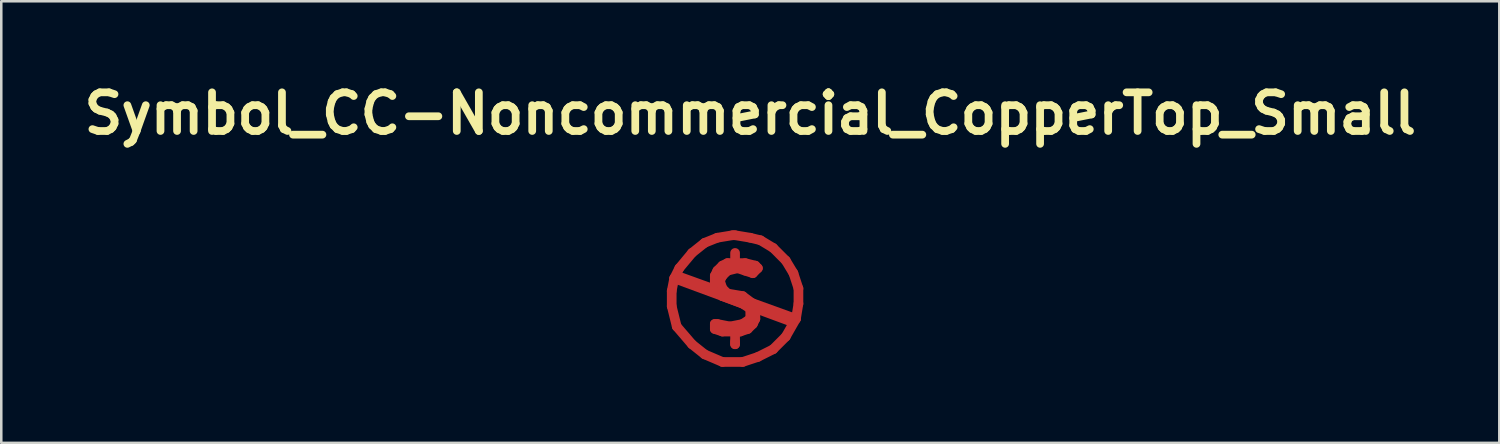
<source format=kicad_pcb>
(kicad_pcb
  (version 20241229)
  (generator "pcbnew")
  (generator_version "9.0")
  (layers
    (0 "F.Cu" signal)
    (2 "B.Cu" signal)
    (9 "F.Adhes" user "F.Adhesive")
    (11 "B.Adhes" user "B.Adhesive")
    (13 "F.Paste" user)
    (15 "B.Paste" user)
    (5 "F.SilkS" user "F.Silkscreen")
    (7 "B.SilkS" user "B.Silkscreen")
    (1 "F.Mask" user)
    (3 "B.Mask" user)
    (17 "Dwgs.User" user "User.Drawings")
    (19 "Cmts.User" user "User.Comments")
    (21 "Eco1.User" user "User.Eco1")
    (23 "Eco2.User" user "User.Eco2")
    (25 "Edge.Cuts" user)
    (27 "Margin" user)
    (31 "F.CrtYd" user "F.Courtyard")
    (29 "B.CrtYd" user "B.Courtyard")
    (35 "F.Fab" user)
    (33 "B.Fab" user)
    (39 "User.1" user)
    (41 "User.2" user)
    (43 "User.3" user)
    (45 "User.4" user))
  (footprint "Symbol_CC-Noncommercial_CopperTop_Small"
    (layer "F.Cu")
    (at 25.94 8.726)
    (property "Reference" "Symbol_CC-Noncommercial_CopperTop_Small" (at 0.599 -7.3 0) (layer "F.SilkS") (effects (font (size 1.524 1.524) (thickness 0.305))))
    (attr through_hole)
    (fp_line (start -2.499 -0.3) (end -2.499 0.3) (stroke (width 0.381) (type solid)) (layer "F.Cu"))
    (fp_line (start -2.499 0.3) (end -2.301 1.1) (stroke (width 0.381) (type solid)) (layer "F.Cu"))
    (fp_line (start -2.4 -0.8) (end -2.499 -0.3) (stroke (width 0.381) (type solid)) (layer "F.Cu"))
    (fp_line (start -2.4 -0.8) (end 2.2 0.899) (stroke (width 0.381) (type solid)) (layer "F.Cu"))
    (fp_line (start -2.301 -0.899) (end 2.4 0.8) (stroke (width 0.381) (type solid)) (layer "F.Cu"))
    (fp_line (start -2.301 1.1) (end -1.699 1.801) (stroke (width 0.381) (type solid)) (layer "F.Cu"))
    (fp_line (start -2.2 -1.199) (end -2.4 -0.8) (stroke (width 0.381) (type solid)) (layer "F.Cu"))
    (fp_line (start -1.699 -1.801) (end -2.2 -1.199) (stroke (width 0.381) (type solid)) (layer "F.Cu"))
    (fp_line (start -1.699 1.801) (end -1.199 2.2) (stroke (width 0.381) (type solid)) (layer "F.Cu"))
    (fp_line (start -1.199 -2.2) (end -1.699 -1.801) (stroke (width 0.381) (type solid)) (layer "F.Cu"))
    (fp_line (start -1.199 2.2) (end -0.5 2.499) (stroke (width 0.381) (type solid)) (layer "F.Cu"))
    (fp_line (start -0.8 -0.899) (end -0.8 -0.599) (stroke (width 0.381) (type solid)) (layer "F.Cu"))
    (fp_line (start -0.8 -0.599) (end -0.701 -0.3) (stroke (width 0.381) (type solid)) (layer "F.Cu"))
    (fp_line (start -0.8 1.001) (end -0.8 1.199) (stroke (width 0.381) (type solid)) (layer "F.Cu"))
    (fp_line (start -0.8 1.199) (end -0.5 1.3) (stroke (width 0.381) (type solid)) (layer "F.Cu"))
    (fp_line (start -0.701 -2.4) (end -1.199 -2.2) (stroke (width 0.381) (type solid)) (layer "F.Cu"))
    (fp_line (start -0.701 -1.1) (end -0.8 -0.899) (stroke (width 0.381) (type solid)) (layer "F.Cu"))
    (fp_line (start -0.701 -0.3) (end -0.5 -0.099) (stroke (width 0.381) (type solid)) (layer "F.Cu"))
    (fp_line (start -0.701 1.001) (end -0.8 1.001) (stroke (width 0.381) (type solid)) (layer "F.Cu"))
    (fp_line (start -0.599 -0.701) (end -0.5 -0.899) (stroke (width 0.381) (type solid)) (layer "F.Cu"))
    (fp_line (start -0.5 -1.3) (end -0.701 -1.1) (stroke (width 0.381) (type solid)) (layer "F.Cu"))
    (fp_line (start -0.5 -0.899) (end -0.3 -1.1) (stroke (width 0.381) (type solid)) (layer "F.Cu"))
    (fp_line (start -0.5 -0.399) (end -0.599 -0.701) (stroke (width 0.381) (type solid)) (layer "F.Cu"))
    (fp_line (start -0.5 -0.099) (end 0.3 0.201) (stroke (width 0.381) (type solid)) (layer "F.Cu"))
    (fp_line (start -0.5 1.3) (end 0.201 1.3) (stroke (width 0.381) (type solid)) (layer "F.Cu"))
    (fp_line (start -0.5 2.499) (end 0.3 2.499) (stroke (width 0.381) (type solid)) (layer "F.Cu"))
    (fp_line (start -0.3 -1.4) (end -0.5 -1.3) (stroke (width 0.381) (type solid)) (layer "F.Cu"))
    (fp_line (start -0.3 -1.1) (end 0.099 -1.199) (stroke (width 0.381) (type solid)) (layer "F.Cu"))
    (fp_line (start -0.3 -0.201) (end -0.5 -0.399) (stroke (width 0.381) (type solid)) (layer "F.Cu"))
    (fp_line (start -0.201 1.1) (end -0.701 1.001) (stroke (width 0.381) (type solid)) (layer "F.Cu"))
    (fp_line (start -0.099 -2.499) (end -0.701 -2.4) (stroke (width 0.381) (type solid)) (layer "F.Cu"))
    (fp_line (start 0 -2.499) (end -0.099 -2.499) (stroke (width 0.381) (type solid)) (layer "F.Cu"))
    (fp_line (start 0 -1.501) (end 0 -1.801) (stroke (width 0.381) (type solid)) (layer "F.Cu"))
    (fp_line (start 0 1.3) (end 0 1.801) (stroke (width 0.381) (type solid)) (layer "F.Cu"))
    (fp_line (start 0 1.801) (end 0 1.699) (stroke (width 0.381) (type solid)) (layer "F.Cu"))
    (fp_line (start 0.099 -1.199) (end 0.399 -1.1) (stroke (width 0.381) (type solid)) (layer "F.Cu"))
    (fp_line (start 0.201 1.3) (end 0.5 1.199) (stroke (width 0.381) (type solid)) (layer "F.Cu"))
    (fp_line (start 0.3 -0.099) (end -0.3 -0.201) (stroke (width 0.381) (type solid)) (layer "F.Cu"))
    (fp_line (start 0.3 0.201) (end 0.599 0.399) (stroke (width 0.381) (type solid)) (layer "F.Cu"))
    (fp_line (start 0.3 1.001) (end -0.201 1.1) (stroke (width 0.381) (type solid)) (layer "F.Cu"))
    (fp_line (start 0.3 2.499) (end 0.899 2.301) (stroke (width 0.381) (type solid)) (layer "F.Cu"))
    (fp_line (start 0.399 -1.4) (end -0.3 -1.4) (stroke (width 0.381) (type solid)) (layer "F.Cu"))
    (fp_line (start 0.399 -1.1) (end 0.701 -1.001) (stroke (width 0.381) (type solid)) (layer "F.Cu"))
    (fp_line (start 0.5 1.199) (end 0.701 1.001) (stroke (width 0.381) (type solid)) (layer "F.Cu"))
    (fp_line (start 0.599 -2.4) (end 0 -2.499) (stroke (width 0.381) (type solid)) (layer "F.Cu"))
    (fp_line (start 0.599 0.399) (end 0.599 0.8) (stroke (width 0.381) (type solid)) (layer "F.Cu"))
    (fp_line (start 0.599 0.8) (end 0.3 1.001) (stroke (width 0.381) (type solid)) (layer "F.Cu"))
    (fp_line (start 0.701 -1.001) (end 0.899 -1.199) (stroke (width 0.381) (type solid)) (layer "F.Cu"))
    (fp_line (start 0.701 0.201) (end 0.3 -0.099) (stroke (width 0.381) (type solid)) (layer "F.Cu"))
    (fp_line (start 0.701 1.001) (end 0.8 0.8) (stroke (width 0.381) (type solid)) (layer "F.Cu"))
    (fp_line (start 0.8 -1.3) (end 0.399 -1.4) (stroke (width 0.381) (type solid)) (layer "F.Cu"))
    (fp_line (start 0.8 0.5) (end 0.701 0.201) (stroke (width 0.381) (type solid)) (layer "F.Cu"))
    (fp_line (start 0.8 0.8) (end 0.8 0.5) (stroke (width 0.381) (type solid)) (layer "F.Cu"))
    (fp_line (start 0.899 -1.199) (end 0.8 -1.3) (stroke (width 0.381) (type solid)) (layer "F.Cu"))
    (fp_line (start 0.899 2.301) (end 1.501 1.999) (stroke (width 0.381) (type solid)) (layer "F.Cu"))
    (fp_line (start 1.001 -2.301) (end 0.599 -2.4) (stroke (width 0.381) (type solid)) (layer "F.Cu"))
    (fp_line (start 1.501 -1.999) (end 1.001 -2.301) (stroke (width 0.381) (type solid)) (layer "F.Cu"))
    (fp_line (start 1.501 1.999) (end 1.999 1.501) (stroke (width 0.381) (type solid)) (layer "F.Cu"))
    (fp_line (start 1.999 -1.501) (end 1.501 -1.999) (stroke (width 0.381) (type solid)) (layer "F.Cu"))
    (fp_line (start 1.999 1.501) (end 2.4 0.8) (stroke (width 0.381) (type solid)) (layer "F.Cu"))
    (fp_line (start 2.301 -1.001) (end 1.999 -1.501) (stroke (width 0.381) (type solid)) (layer "F.Cu"))
    (fp_line (start 2.4 0.8) (end 2.499 0.201) (stroke (width 0.381) (type solid)) (layer "F.Cu"))
    (fp_line (start 2.499 -0.399) (end 2.301 -1.001) (stroke (width 0.381) (type solid)) (layer "F.Cu"))
    (fp_line (start 2.499 0.201) (end 2.499 -0.399) (stroke (width 0.381) (type solid)) (layer "F.Cu")))
  (gr_rect
    (start -3 -3)
    (end 56.079 14.416)
    (stroke (width 0.1) (type default))
    (fill no)
    (layer "Edge.Cuts")))
</source>
